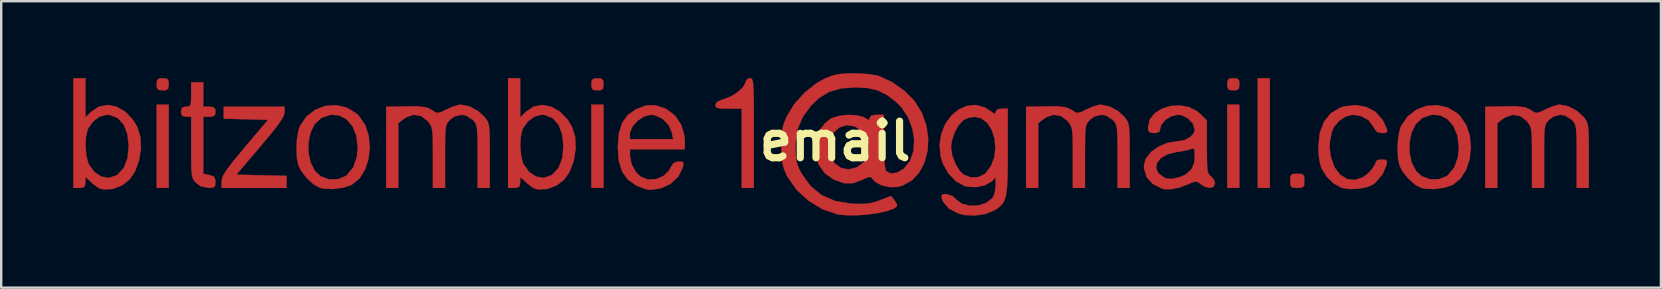
<source format=kicad_pcb>
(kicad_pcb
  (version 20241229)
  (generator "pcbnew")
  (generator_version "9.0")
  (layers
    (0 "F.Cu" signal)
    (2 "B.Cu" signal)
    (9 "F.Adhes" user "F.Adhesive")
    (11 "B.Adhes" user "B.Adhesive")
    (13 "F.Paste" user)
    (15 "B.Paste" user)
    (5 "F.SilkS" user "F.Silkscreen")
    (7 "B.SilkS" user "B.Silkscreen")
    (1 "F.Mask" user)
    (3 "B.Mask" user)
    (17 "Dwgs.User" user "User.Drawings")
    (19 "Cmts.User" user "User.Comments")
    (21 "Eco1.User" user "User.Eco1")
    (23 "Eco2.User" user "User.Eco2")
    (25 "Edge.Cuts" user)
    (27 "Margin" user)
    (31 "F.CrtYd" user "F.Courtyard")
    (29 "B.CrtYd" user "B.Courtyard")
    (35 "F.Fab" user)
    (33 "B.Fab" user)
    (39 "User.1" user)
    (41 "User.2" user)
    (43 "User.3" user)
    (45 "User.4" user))
  (footprint "email"
    (layer "F.Cu")
    (at 31.755 2.834)
    (property "Reference" "email" (at 0 0 0) (layer "F.SilkS") (effects (font (size 1.524 1.524) (thickness 0.3))))
    (attr through_hole)
    (fp_poly (pts (xy -27.771 1.947) (xy -28.279 1.947) (xy -28.279 -1.524) (xy -27.771 -1.524) (xy -27.771 1.947)) (stroke (width 0.01) (type solid)) (fill yes) (layer "F.Cu"))
    (fp_poly (pts (xy -9.652 1.947) (xy -10.16 1.947) (xy -10.16 -1.524) (xy -9.652 -1.524) (xy -9.652 1.947)) (stroke (width 0.01) (type solid)) (fill yes) (layer "F.Cu"))
    (fp_poly (pts (xy 16.849 1.947) (xy 16.341 1.947) (xy 16.341 -1.524) (xy 16.849 -1.524) (xy 16.849 1.947)) (stroke (width 0.01) (type solid)) (fill yes) (layer "F.Cu"))
    (fp_poly (pts (xy 18.119 1.947) (xy 17.611 1.947) (xy 17.611 -2.625) (xy 18.119 -2.625) (xy 18.119 1.947)) (stroke (width 0.01) (type solid)) (fill yes) (layer "F.Cu"))
    (fp_poly (pts (xy -27.845 -2.604) (xy -27.778 -2.505) (xy -27.771 -2.371) (xy -27.792 -2.191) (xy -27.891 -2.124) (xy -28.025 -2.117) (xy -28.205 -2.138) (xy -28.271 -2.237) (xy -28.279 -2.371) (xy -28.258 -2.551) (xy -28.159 -2.617) (xy -28.025 -2.625) (xy -27.845 -2.604)) (stroke (width 0.01) (type solid)) (fill yes) (layer "F.Cu"))
    (fp_poly (pts (xy -9.726 -2.604) (xy -9.66 -2.505) (xy -9.652 -2.371) (xy -9.673 -2.191) (xy -9.772 -2.124) (xy -9.906 -2.117) (xy -10.086 -2.138) (xy -10.152 -2.237) (xy -10.16 -2.371) (xy -10.139 -2.551) (xy -10.04 -2.617) (xy -9.906 -2.625) (xy -9.726 -2.604)) (stroke (width 0.01) (type solid)) (fill yes) (layer "F.Cu"))
    (fp_poly (pts (xy 16.775 -2.604) (xy 16.841 -2.505) (xy 16.849 -2.371) (xy 16.828 -2.191) (xy 16.729 -2.124) (xy 16.595 -2.117) (xy 16.415 -2.138) (xy 16.348 -2.237) (xy 16.341 -2.371) (xy 16.362 -2.551) (xy 16.461 -2.617) (xy 16.595 -2.625) (xy 16.775 -2.604)) (stroke (width 0.01) (type solid)) (fill yes) (layer "F.Cu"))
    (fp_poly (pts (xy 19.46 1.368) (xy 19.542 1.442) (xy 19.558 1.628) (xy 19.558 1.651) (xy 19.545 1.85) (xy 19.471 1.931) (xy 19.284 1.947) (xy 19.262 1.947) (xy 19.063 1.934) (xy 18.982 1.86) (xy 18.965 1.674) (xy 18.965 1.651) (xy 18.978 1.452) (xy 19.052 1.371) (xy 19.239 1.355) (xy 19.262 1.355) (xy 19.46 1.368)) (stroke (width 0.01) (type solid)) (fill yes) (layer "F.Cu"))
    (fp_poly (pts (xy -22.945 -1.202) (xy -22.973 -1.077) (xy -23.068 -0.9) (xy -23.239 -0.654) (xy -23.5 -0.321) (xy -23.863 0.114) (xy -23.95 0.216) (xy -24.955 1.397) (xy -23.907 1.421) (xy -22.86 1.444) (xy -22.86 1.947) (xy -25.569 1.947) (xy -25.569 1.672) (xy -25.551 1.548) (xy -25.488 1.4) (xy -25.365 1.205) (xy -25.169 0.942) (xy -24.885 0.591) (xy -24.603 0.254) (xy -23.638 -0.889) (xy -24.561 -0.913) (xy -25.485 -0.937) (xy -25.485 -1.439) (xy -22.945 -1.439) (xy -22.945 -1.202)) (stroke (width 0.01) (type solid)) (fill yes) (layer "F.Cu"))
    (fp_poly (pts (xy -3.506 -2.619) (xy -3.466 -2.591) (xy -3.437 -2.52) (xy -3.416 -2.389) (xy -3.401 -2.178) (xy -3.393 -1.869) (xy -3.388 -1.442) (xy -3.387 -0.88) (xy -3.387 -0.339) (xy -3.387 1.947) (xy -3.895 1.947) (xy -3.895 -1.355) (xy -4.445 -1.355) (xy -4.745 -1.361) (xy -4.913 -1.386) (xy -4.984 -1.441) (xy -4.995 -1.506) (xy -4.936 -1.624) (xy -4.742 -1.721) (xy -4.606 -1.762) (xy -4.312 -1.882) (xy -4.038 -2.061) (xy -3.83 -2.264) (xy -3.729 -2.456) (xy -3.725 -2.491) (xy -3.655 -2.602) (xy -3.556 -2.625) (xy -3.506 -2.619)) (stroke (width 0.01) (type solid)) (fill yes) (layer "F.Cu"))
    (fp_poly (pts (xy -26.331 -1.439) (xy -26.077 -1.439) (xy -25.896 -1.417) (xy -25.829 -1.32) (xy -25.823 -1.228) (xy -25.851 -1.076) (xy -25.967 -1.021) (xy -26.077 -1.016) (xy -26.331 -1.016) (xy -26.331 1.359) (xy -26.077 1.41) (xy -25.894 1.475) (xy -25.828 1.607) (xy -25.823 1.704) (xy -25.841 1.867) (xy -25.926 1.934) (xy -26.124 1.947) (xy -26.448 1.876) (xy -26.632 1.74) (xy -26.711 1.653) (xy -26.768 1.56) (xy -26.804 1.431) (xy -26.826 1.236) (xy -26.836 0.946) (xy -26.839 0.532) (xy -26.839 0.258) (xy -26.839 -1.016) (xy -27.051 -1.016) (xy -27.212 -1.051) (xy -27.262 -1.189) (xy -27.263 -1.228) (xy -27.228 -1.389) (xy -27.09 -1.438) (xy -27.051 -1.439) (xy -26.934 -1.45) (xy -26.87 -1.509) (xy -26.844 -1.655) (xy -26.839 -1.93) (xy -26.839 -1.947) (xy -26.839 -2.455) (xy -26.331 -2.455) (xy -26.331 -1.439)) (stroke (width 0.01) (type solid)) (fill yes) (layer "F.Cu"))
    (fp_poly (pts (xy -20.36 -1.402) (xy -19.961 -1.163) (xy -19.838 -1.046) (xy -19.585 -0.672) (xy -19.437 -0.225) (xy -19.392 0.258) (xy -19.444 0.741) (xy -19.589 1.186) (xy -19.824 1.557) (xy -20.144 1.817) (xy -20.155 1.823) (xy -20.501 1.94) (xy -20.917 1.995) (xy -21.316 1.979) (xy -21.476 1.944) (xy -21.728 1.806) (xy -21.997 1.565) (xy -22.231 1.276) (xy -22.364 1.028) (xy -22.43 0.729) (xy -22.451 0.34) (xy -22.437 0.05) (xy -21.949 0.05) (xy -21.948 0.481) (xy -21.858 0.89) (xy -21.68 1.236) (xy -21.441 1.46) (xy -21.097 1.588) (xy -20.729 1.585) (xy -20.402 1.454) (xy -20.363 1.425) (xy -20.09 1.103) (xy -19.934 0.666) (xy -19.897 0.254) (xy -19.954 -0.227) (xy -20.114 -0.619) (xy -20.357 -0.906) (xy -20.663 -1.073) (xy -21.011 -1.103) (xy -21.383 -0.981) (xy -21.427 -0.956) (xy -21.689 -0.71) (xy -21.863 -0.361) (xy -21.949 0.05) (xy -22.437 0.05) (xy -22.431 -0.072) (xy -22.372 -0.436) (xy -22.308 -0.627) (xy -22.035 -1.026) (xy -21.671 -1.309) (xy -21.248 -1.47) (xy -20.801 -1.503) (xy -20.36 -1.402)) (stroke (width 0.01) (type solid)) (fill yes) (layer "F.Cu"))
    (fp_poly (pts (xy 25.529 -1.402) (xy 25.928 -1.163) (xy 26.052 -1.046) (xy 26.305 -0.672) (xy 26.452 -0.225) (xy 26.498 0.258) (xy 26.446 0.741) (xy 26.3 1.186) (xy 26.065 1.557) (xy 25.745 1.817) (xy 25.734 1.823) (xy 25.388 1.94) (xy 24.972 1.995) (xy 24.573 1.979) (xy 24.414 1.944) (xy 24.161 1.806) (xy 23.892 1.565) (xy 23.659 1.276) (xy 23.525 1.028) (xy 23.46 0.729) (xy 23.438 0.34) (xy 23.452 0.05) (xy 23.94 0.05) (xy 23.942 0.481) (xy 24.031 0.89) (xy 24.21 1.236) (xy 24.448 1.46) (xy 24.793 1.588) (xy 25.16 1.585) (xy 25.487 1.454) (xy 25.526 1.425) (xy 25.8 1.103) (xy 25.956 0.666) (xy 25.993 0.254) (xy 25.935 -0.227) (xy 25.775 -0.619) (xy 25.532 -0.906) (xy 25.227 -1.073) (xy 24.878 -1.103) (xy 24.507 -0.981) (xy 24.462 -0.956) (xy 24.2 -0.71) (xy 24.026 -0.361) (xy 23.94 0.05) (xy 23.452 0.05) (xy 23.458 -0.072) (xy 23.518 -0.436) (xy 23.582 -0.627) (xy 23.854 -1.026) (xy 24.219 -1.309) (xy 24.641 -1.47) (xy 25.089 -1.503) (xy 25.529 -1.402)) (stroke (width 0.01) (type solid)) (fill yes) (layer "F.Cu"))
    (fp_poly (pts (xy -31.242 -0.993) (xy -31.021 -1.214) (xy -30.694 -1.437) (xy -30.33 -1.511) (xy -29.956 -1.442) (xy -29.596 -1.239) (xy -29.276 -0.911) (xy -29.082 -0.597) (xy -28.952 -0.175) (xy -28.931 0.315) (xy -29.011 0.816) (xy -29.184 1.275) (xy -29.405 1.597) (xy -29.723 1.846) (xy -30.098 1.991) (xy -30.474 2.014) (xy -30.649 1.972) (xy -30.794 1.886) (xy -30.981 1.735) (xy -31.009 1.709) (xy -31.242 1.492) (xy -31.242 1.72) (xy -31.267 1.882) (xy -31.375 1.941) (xy -31.496 1.947) (xy -31.75 1.947) (xy -31.75 0.226) (xy -31.238 0.226) (xy -31.204 0.609) (xy -31.124 0.917) (xy -31.106 0.957) (xy -30.873 1.282) (xy -30.584 1.475) (xy -30.268 1.526) (xy -29.953 1.423) (xy -29.906 1.392) (xy -29.643 1.105) (xy -29.488 0.692) (xy -29.443 0.212) (xy -29.495 -0.293) (xy -29.647 -0.686) (xy -29.889 -0.956) (xy -30.212 -1.089) (xy -30.359 -1.101) (xy -30.646 -1.025) (xy -30.918 -0.826) (xy -31.122 -0.546) (xy -31.158 -0.463) (xy -31.224 -0.157) (xy -31.238 0.226) (xy -31.75 0.226) (xy -31.75 -2.625) (xy -31.242 -2.625) (xy -31.242 -0.993)) (stroke (width 0.01) (type solid)) (fill yes) (layer "F.Cu"))
    (fp_poly (pts (xy -13.123 -0.993) (xy -12.902 -1.214) (xy -12.575 -1.437) (xy -12.212 -1.511) (xy -11.838 -1.442) (xy -11.478 -1.239) (xy -11.157 -0.911) (xy -10.963 -0.597) (xy -10.833 -0.175) (xy -10.812 0.315) (xy -10.892 0.816) (xy -11.065 1.275) (xy -11.286 1.597) (xy -11.605 1.846) (xy -11.98 1.991) (xy -12.355 2.014) (xy -12.531 1.972) (xy -12.675 1.886) (xy -12.863 1.735) (xy -12.89 1.709) (xy -13.123 1.492) (xy -13.123 1.72) (xy -13.148 1.882) (xy -13.257 1.941) (xy -13.377 1.947) (xy -13.631 1.947) (xy -13.631 0.226) (xy -13.12 0.226) (xy -13.086 0.609) (xy -13.006 0.917) (xy -12.987 0.957) (xy -12.754 1.282) (xy -12.465 1.475) (xy -12.149 1.526) (xy -11.835 1.423) (xy -11.787 1.392) (xy -11.524 1.105) (xy -11.37 0.692) (xy -11.324 0.212) (xy -11.377 -0.293) (xy -11.528 -0.686) (xy -11.77 -0.956) (xy -12.093 -1.089) (xy -12.241 -1.101) (xy -12.527 -1.025) (xy -12.799 -0.826) (xy -13.003 -0.546) (xy -13.04 -0.463) (xy -13.105 -0.157) (xy -13.12 0.226) (xy -13.631 0.226) (xy -13.631 -2.625) (xy -13.123 -2.625) (xy -13.123 -0.993)) (stroke (width 0.01) (type solid)) (fill yes) (layer "F.Cu"))
    (fp_poly (pts (xy -7.104 -1.372) (xy -7.024 -1.333) (xy -6.668 -1.064) (xy -6.413 -0.683) (xy -6.279 -0.23) (xy -6.265 -0.024) (xy -6.265 0.339) (xy -8.551 0.339) (xy -8.551 0.597) (xy -8.483 0.955) (xy -8.302 1.287) (xy -8.11 1.477) (xy -7.806 1.595) (xy -7.471 1.582) (xy -7.159 1.452) (xy -6.922 1.221) (xy -6.86 1.105) (xy -6.743 0.915) (xy -6.575 0.849) (xy -6.515 0.847) (xy -6.357 0.859) (xy -6.313 0.93) (xy -6.353 1.111) (xy -6.354 1.115) (xy -6.544 1.487) (xy -6.86 1.779) (xy -7.268 1.968) (xy -7.708 2.032) (xy -7.912 1.994) (xy -8.178 1.897) (xy -8.297 1.841) (xy -8.645 1.596) (xy -8.882 1.261) (xy -9.017 0.816) (xy -9.059 0.254) (xy -9.017 -0.305) (xy -8.551 -0.305) (xy -8.551 -0.085) (xy -6.752 -0.085) (xy -6.805 -0.36) (xy -6.941 -0.674) (xy -7.188 -0.927) (xy -7.498 -1.077) (xy -7.672 -1.101) (xy -7.951 -1.033) (xy -8.221 -0.86) (xy -8.436 -0.624) (xy -8.546 -0.369) (xy -8.551 -0.305) (xy -9.017 -0.305) (xy -9.016 -0.316) (xy -8.88 -0.758) (xy -8.641 -1.092) (xy -8.297 -1.333) (xy -7.886 -1.489) (xy -7.508 -1.502) (xy -7.104 -1.372)) (stroke (width 0.01) (type solid)) (fill yes) (layer "F.Cu"))
    (fp_poly (pts (xy 22.136 -1.428) (xy 22.521 -1.221) (xy 22.808 -0.9) (xy 22.862 -0.801) (xy 22.979 -0.547) (xy 23.014 -0.408) (xy 22.961 -0.351) (xy 22.813 -0.339) (xy 22.786 -0.339) (xy 22.591 -0.378) (xy 22.467 -0.526) (xy 22.435 -0.597) (xy 22.236 -0.869) (xy 21.922 -1.044) (xy 21.558 -1.101) (xy 21.274 -1.027) (xy 20.998 -0.839) (xy 20.785 -0.583) (xy 20.701 -0.374) (xy 20.648 -0.116) (xy 20.616 0.037) (xy 20.609 0.24) (xy 20.638 0.523) (xy 20.666 0.673) (xy 20.817 1.095) (xy 21.05 1.4) (xy 21.34 1.576) (xy 21.663 1.615) (xy 21.994 1.506) (xy 22.233 1.321) (xy 22.404 1.123) (xy 22.507 0.953) (xy 22.521 0.897) (xy 22.585 0.793) (xy 22.777 0.762) (xy 22.953 0.777) (xy 23.002 0.856) (xy 22.98 0.995) (xy 22.819 1.372) (xy 22.533 1.711) (xy 22.43 1.796) (xy 22.177 1.911) (xy 21.83 1.981) (xy 21.457 1.996) (xy 21.131 1.95) (xy 21.115 1.945) (xy 20.786 1.769) (xy 20.484 1.477) (xy 20.264 1.12) (xy 20.258 1.107) (xy 20.193 0.866) (xy 20.149 0.535) (xy 20.136 0.254) (xy 20.196 -0.334) (xy 20.373 -0.811) (xy 20.663 -1.17) (xy 21.061 -1.404) (xy 21.196 -1.447) (xy 21.684 -1.507) (xy 22.136 -1.428)) (stroke (width 0.01) (type solid)) (fill yes) (layer "F.Cu"))
    (fp_poly (pts (xy -15.241 -1.452) (xy -14.879 -1.257) (xy -14.622 -1.021) (xy -14.537 -0.915) (xy -14.475 -0.812) (xy -14.435 -0.684) (xy -14.41 -0.501) (xy -14.398 -0.233) (xy -14.394 0.149) (xy -14.393 0.599) (xy -14.393 1.947) (xy -14.901 1.947) (xy -14.901 0.631) (xy -14.902 0.131) (xy -14.908 -0.228) (xy -14.922 -0.475) (xy -14.949 -0.64) (xy -14.992 -0.751) (xy -15.055 -0.837) (xy -15.109 -0.893) (xy -15.382 -1.066) (xy -15.579 -1.101) (xy -15.876 -1.022) (xy -16.048 -0.893) (xy -16.127 -0.808) (xy -16.183 -0.716) (xy -16.22 -0.59) (xy -16.241 -0.399) (xy -16.252 -0.116) (xy -16.256 0.289) (xy -16.256 0.631) (xy -16.256 1.947) (xy -16.764 1.947) (xy -16.764 0.684) (xy -16.765 0.195) (xy -16.771 -0.154) (xy -16.787 -0.396) (xy -16.817 -0.561) (xy -16.865 -0.679) (xy -16.935 -0.782) (xy -16.983 -0.84) (xy -17.254 -1.048) (xy -17.564 -1.1) (xy -17.883 -0.993) (xy -17.98 -0.925) (xy -18.203 -0.75) (xy -18.203 1.947) (xy -18.711 1.947) (xy -18.711 -1.439) (xy -18.267 -1.445) (xy -17.911 -1.451) (xy -17.545 -1.456) (xy -17.428 -1.458) (xy -17.031 -1.41) (xy -16.806 -1.299) (xy -16.665 -1.204) (xy -16.553 -1.178) (xy -16.407 -1.223) (xy -16.191 -1.328) (xy -15.925 -1.443) (xy -15.688 -1.514) (xy -15.604 -1.524) (xy -15.241 -1.452)) (stroke (width 0.01) (type solid)) (fill yes) (layer "F.Cu"))
    (fp_poly (pts (xy 11.429 -1.452) (xy 11.791 -1.257) (xy 12.048 -1.021) (xy 12.133 -0.915) (xy 12.195 -0.812) (xy 12.235 -0.684) (xy 12.26 -0.501) (xy 12.272 -0.233) (xy 12.276 0.149) (xy 12.277 0.599) (xy 12.277 1.947) (xy 11.769 1.947) (xy 11.769 0.631) (xy 11.768 0.131) (xy 11.762 -0.228) (xy 11.748 -0.475) (xy 11.721 -0.64) (xy 11.678 -0.751) (xy 11.615 -0.837) (xy 11.561 -0.893) (xy 11.288 -1.066) (xy 11.091 -1.101) (xy 10.794 -1.022) (xy 10.622 -0.893) (xy 10.543 -0.808) (xy 10.487 -0.716) (xy 10.45 -0.59) (xy 10.429 -0.399) (xy 10.418 -0.116) (xy 10.414 0.289) (xy 10.414 0.631) (xy 10.414 1.947) (xy 9.906 1.947) (xy 9.906 0.684) (xy 9.905 0.195) (xy 9.899 -0.154) (xy 9.883 -0.396) (xy 9.853 -0.561) (xy 9.805 -0.679) (xy 9.735 -0.782) (xy 9.687 -0.84) (xy 9.416 -1.048) (xy 9.106 -1.1) (xy 8.787 -0.993) (xy 8.69 -0.925) (xy 8.467 -0.75) (xy 8.467 1.947) (xy 7.959 1.947) (xy 7.959 -1.439) (xy 8.403 -1.445) (xy 8.759 -1.451) (xy 9.125 -1.456) (xy 9.242 -1.458) (xy 9.639 -1.41) (xy 9.864 -1.299) (xy 10.005 -1.204) (xy 10.117 -1.178) (xy 10.263 -1.223) (xy 10.479 -1.328) (xy 10.745 -1.443) (xy 10.982 -1.514) (xy 11.066 -1.524) (xy 11.429 -1.452)) (stroke (width 0.01) (type solid)) (fill yes) (layer "F.Cu"))
    (fp_poly (pts (xy 30.564 -1.452) (xy 30.925 -1.257) (xy 31.182 -1.021) (xy 31.268 -0.915) (xy 31.329 -0.812) (xy 31.37 -0.684) (xy 31.394 -0.501) (xy 31.407 -0.233) (xy 31.411 0.149) (xy 31.411 0.599) (xy 31.411 1.947) (xy 30.903 1.947) (xy 30.903 0.631) (xy 30.902 0.131) (xy 30.897 -0.228) (xy 30.883 -0.475) (xy 30.856 -0.64) (xy 30.813 -0.751) (xy 30.749 -0.837) (xy 30.696 -0.893) (xy 30.423 -1.066) (xy 30.226 -1.101) (xy 29.929 -1.022) (xy 29.756 -0.893) (xy 29.678 -0.808) (xy 29.622 -0.716) (xy 29.585 -0.59) (xy 29.563 -0.399) (xy 29.553 -0.116) (xy 29.549 0.289) (xy 29.549 0.631) (xy 29.549 1.947) (xy 29.041 1.947) (xy 29.041 0.684) (xy 29.04 0.195) (xy 29.033 -0.154) (xy 29.018 -0.396) (xy 28.988 -0.561) (xy 28.94 -0.679) (xy 28.869 -0.782) (xy 28.821 -0.84) (xy 28.551 -1.048) (xy 28.241 -1.1) (xy 27.922 -0.993) (xy 27.824 -0.925) (xy 27.601 -0.75) (xy 27.601 1.947) (xy 27.093 1.947) (xy 27.093 -1.439) (xy 27.538 -1.445) (xy 27.894 -1.451) (xy 28.26 -1.456) (xy 28.376 -1.458) (xy 28.774 -1.41) (xy 28.999 -1.299) (xy 29.139 -1.204) (xy 29.252 -1.178) (xy 29.398 -1.223) (xy 29.614 -1.328) (xy 29.88 -1.443) (xy 30.117 -1.514) (xy 30.201 -1.524) (xy 30.564 -1.452)) (stroke (width 0.01) (type solid)) (fill yes) (layer "F.Cu"))
    (fp_poly (pts (xy 6.238 -1.406) (xy 6.468 -1.262) (xy 6.619 -1.156) (xy 6.68 -1.161) (xy 6.689 -1.222) (xy 6.756 -1.325) (xy 6.943 -1.355) (xy 7.197 -1.355) (xy 7.197 0.428) (xy 7.194 1.084) (xy 7.184 1.594) (xy 7.161 1.981) (xy 7.119 2.267) (xy 7.054 2.476) (xy 6.96 2.63) (xy 6.833 2.752) (xy 6.667 2.866) (xy 6.65 2.876) (xy 6.27 3.032) (xy 5.816 3.1) (xy 5.365 3.075) (xy 5.13 3.012) (xy 4.741 2.806) (xy 4.504 2.529) (xy 4.448 2.392) (xy 4.43 2.255) (xy 4.519 2.206) (xy 4.627 2.201) (xy 4.888 2.283) (xy 5.037 2.421) (xy 5.281 2.604) (xy 5.605 2.688) (xy 5.957 2.677) (xy 6.284 2.576) (xy 6.535 2.388) (xy 6.601 2.291) (xy 6.661 2.095) (xy 6.689 1.841) (xy 6.689 1.823) (xy 6.689 1.517) (xy 6.51 1.684) (xy 6.236 1.841) (xy 5.878 1.916) (xy 5.508 1.897) (xy 5.384 1.865) (xy 5.029 1.667) (xy 4.719 1.343) (xy 4.488 0.934) (xy 4.4 0.654) (xy 4.361 0.254) (xy 4.83 0.254) (xy 4.88 0.589) (xy 5.012 0.939) (xy 5.193 1.237) (xy 5.344 1.386) (xy 5.646 1.508) (xy 5.968 1.496) (xy 6.246 1.354) (xy 6.259 1.343) (xy 6.494 1.035) (xy 6.632 0.667) (xy 6.679 0.271) (xy 6.64 -0.122) (xy 6.523 -0.479) (xy 6.334 -0.768) (xy 6.078 -0.958) (xy 5.803 -1.016) (xy 5.543 -0.97) (xy 5.344 -0.878) (xy 5.144 -0.662) (xy 4.973 -0.345) (xy 4.859 0.008) (xy 4.83 0.254) (xy 4.361 0.254) (xy 4.351 0.159) (xy 4.421 -0.304) (xy 4.588 -0.716) (xy 4.835 -1.061) (xy 5.143 -1.319) (xy 5.492 -1.475) (xy 5.864 -1.51) (xy 6.238 -1.406)) (stroke (width 0.01) (type solid)) (fill yes) (layer "F.Cu"))
    (fp_poly (pts (xy 14.741 -1.425) (xy 15.083 -1.254) (xy 15.217 -1.141) (xy 15.494 -0.864) (xy 15.494 0.245) (xy 15.496 0.7) (xy 15.505 1.016) (xy 15.524 1.222) (xy 15.559 1.347) (xy 15.612 1.421) (xy 15.663 1.459) (xy 15.798 1.619) (xy 15.833 1.756) (xy 15.77 1.903) (xy 15.612 1.95) (xy 15.398 1.895) (xy 15.236 1.792) (xy 15.109 1.701) (xy 14.997 1.683) (xy 14.836 1.739) (xy 14.701 1.802) (xy 14.357 1.931) (xy 14.007 2.001) (xy 13.715 2.001) (xy 13.631 1.981) (xy 13.234 1.779) (xy 12.986 1.508) (xy 12.877 1.156) (xy 12.875 1.122) (xy 13.379 1.122) (xy 13.471 1.333) (xy 13.706 1.509) (xy 13.801 1.55) (xy 14.025 1.569) (xy 14.312 1.514) (xy 14.585 1.4) (xy 14.628 1.374) (xy 14.848 1.174) (xy 14.959 0.91) (xy 14.986 0.595) (xy 14.977 0.38) (xy 14.937 0.299) (xy 14.849 0.318) (xy 14.838 0.324) (xy 14.672 0.376) (xy 14.408 0.428) (xy 14.232 0.452) (xy 13.856 0.542) (xy 13.581 0.701) (xy 13.419 0.903) (xy 13.379 1.122) (xy 12.875 1.122) (xy 12.869 1.012) (xy 12.948 0.724) (xy 13.161 0.454) (xy 13.473 0.227) (xy 13.849 0.068) (xy 14.254 0.001) (xy 14.292 0.000472) (xy 14.58 -0.052) (xy 14.821 -0.187) (xy 14.965 -0.37) (xy 14.986 -0.472) (xy 14.909 -0.73) (xy 14.712 -0.947) (xy 14.442 -1.079) (xy 14.283 -1.101) (xy 14.012 -1.04) (xy 13.765 -0.887) (xy 13.594 -0.682) (xy 13.547 -0.512) (xy 13.508 -0.386) (xy 13.364 -0.341) (xy 13.293 -0.339) (xy 13.113 -0.36) (xy 13.046 -0.458) (xy 13.039 -0.586) (xy 13.114 -0.906) (xy 13.317 -1.165) (xy 13.614 -1.355) (xy 13.973 -1.467) (xy 14.359 -1.493) (xy 14.741 -1.425)) (stroke (width 0.01) (type solid)) (fill yes) (layer "F.Cu"))
    (fp_poly (pts (xy 1.145 -2.816) (xy 1.507 -2.781) (xy 1.781 -2.73) (xy 1.82 -2.718) (xy 2.378 -2.461) (xy 2.904 -2.087) (xy 3.312 -1.671) (xy 3.614 -1.187) (xy 3.802 -0.664) (xy 3.88 -0.129) (xy 3.855 0.394) (xy 3.73 0.878) (xy 3.511 1.3) (xy 3.202 1.633) (xy 2.81 1.851) (xy 2.606 1.906) (xy 2.27 1.916) (xy 1.936 1.84) (xy 1.67 1.697) (xy 1.581 1.604) (xy 1.502 1.508) (xy 1.417 1.489) (xy 1.268 1.546) (xy 1.14 1.61) (xy 0.747 1.752) (xy 0.369 1.751) (xy -0.046 1.607) (xy -0.059 1.601) (xy -0.433 1.333) (xy -0.693 0.966) (xy -0.829 0.537) (xy -0.83 0.254) (xy -0.254 0.254) (xy -0.188 0.637) (xy -0.011 0.929) (xy 0.247 1.113) (xy 0.554 1.175) (xy 0.879 1.099) (xy 1.12 0.938) (xy 1.289 0.766) (xy 1.371 0.597) (xy 1.396 0.356) (xy 1.397 0.254) (xy 1.383 -0.024) (xy 1.322 -0.208) (xy 1.184 -0.372) (xy 1.12 -0.43) (xy 0.803 -0.622) (xy 0.479 -0.665) (xy 0.181 -0.572) (xy -0.06 -0.361) (xy -0.215 -0.047) (xy -0.254 0.254) (xy -0.83 0.254) (xy -0.831 0.078) (xy -0.689 -0.374) (xy -0.638 -0.468) (xy -0.425 -0.744) (xy -0.176 -0.943) (xy -0.138 -0.963) (xy 0.166 -1.056) (xy 0.528 -1.096) (xy 0.884 -1.082) (xy 1.17 -1.013) (xy 1.251 -0.969) (xy 1.387 -0.884) (xy 1.435 -0.904) (xy 1.439 -0.969) (xy 1.498 -1.065) (xy 1.689 -1.1) (xy 1.736 -1.101) (xy 2.032 -1.101) (xy 2.032 0.025) (xy 2.04 0.575) (xy 2.063 0.962) (xy 2.102 1.19) (xy 2.134 1.253) (xy 2.339 1.348) (xy 2.598 1.305) (xy 2.867 1.14) (xy 3.122 0.821) (xy 3.264 0.414) (xy 3.294 -0.046) (xy 3.218 -0.526) (xy 3.04 -0.993) (xy 2.764 -1.413) (xy 2.53 -1.646) (xy 2.135 -1.94) (xy 1.757 -2.123) (xy 1.334 -2.217) (xy 0.847 -2.242) (xy 0.244 -2.198) (xy -0.251 -2.054) (xy -0.677 -1.794) (xy -0.99 -1.495) (xy -1.343 -1.021) (xy -1.556 -0.518) (xy -1.644 0.059) (xy -1.649 0.254) (xy -1.64 0.619) (xy -1.599 0.887) (xy -1.51 1.13) (xy -1.401 1.34) (xy -1.031 1.86) (xy -0.571 2.241) (xy -0.013 2.487) (xy 0.65 2.602) (xy 0.72 2.606) (xy 1.126 2.615) (xy 1.438 2.587) (xy 1.726 2.512) (xy 1.863 2.463) (xy 2.328 2.283) (xy 2.476 2.463) (xy 2.571 2.616) (xy 2.582 2.71) (xy 2.435 2.817) (xy 2.158 2.914) (xy 1.788 2.994) (xy 1.365 3.054) (xy 0.925 3.088) (xy 0.509 3.091) (xy 0.153 3.058) (xy 0.096 3.047) (xy -0.523 2.837) (xy -1.099 2.491) (xy -1.595 2.038) (xy -1.973 1.509) (xy -2.031 1.397) (xy -2.137 1.146) (xy -2.2 0.893) (xy -2.231 0.581) (xy -2.239 0.212) (xy -2.232 -0.192) (xy -2.202 -0.489) (xy -2.137 -0.741) (xy -2.027 -1.009) (xy -2.015 -1.036) (xy -1.703 -1.545) (xy -1.276 -2.021) (xy -0.784 -2.414) (xy -0.443 -2.604) (xy -0.15 -2.724) (xy 0.127 -2.793) (xy 0.455 -2.823) (xy 0.762 -2.829) (xy 1.145 -2.816)) (stroke (width 0.01) (type solid)) (fill yes) (layer "F.Cu")))
  (gr_rect
    (start -3 -3)
    (end 66.171 8.939)
    (stroke (width 0.1) (type default))
    (fill no)
    (layer "Edge.Cuts")))
</source>
